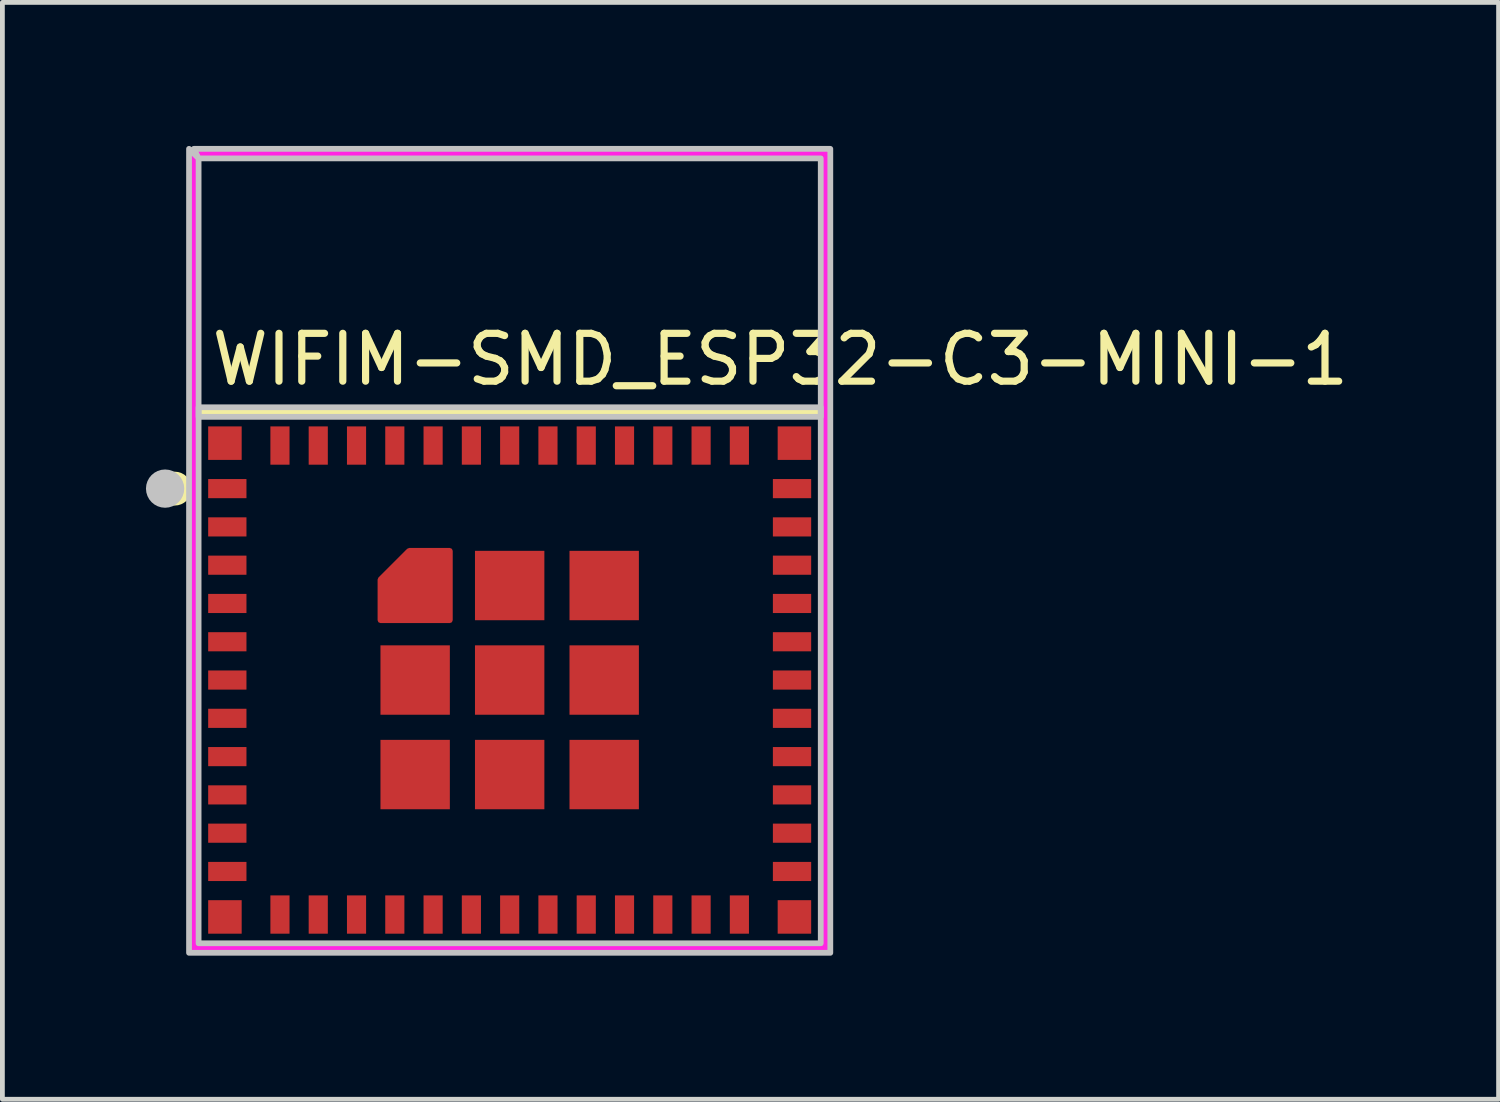
<source format=kicad_pcb>
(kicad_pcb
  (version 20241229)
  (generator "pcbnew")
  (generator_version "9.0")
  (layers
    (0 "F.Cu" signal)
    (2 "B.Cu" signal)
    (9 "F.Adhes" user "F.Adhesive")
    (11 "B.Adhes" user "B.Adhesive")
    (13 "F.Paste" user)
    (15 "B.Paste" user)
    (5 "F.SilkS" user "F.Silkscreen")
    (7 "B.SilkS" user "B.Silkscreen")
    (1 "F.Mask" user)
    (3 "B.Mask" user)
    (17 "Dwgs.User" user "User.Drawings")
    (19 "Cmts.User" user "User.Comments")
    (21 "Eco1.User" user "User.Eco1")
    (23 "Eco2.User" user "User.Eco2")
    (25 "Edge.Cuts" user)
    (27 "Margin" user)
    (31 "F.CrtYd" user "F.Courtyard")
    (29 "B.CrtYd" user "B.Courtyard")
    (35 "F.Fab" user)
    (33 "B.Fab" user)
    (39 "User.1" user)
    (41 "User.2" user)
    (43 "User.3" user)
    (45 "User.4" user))
  (footprint "WIFIM-SMD_ESP32-C3-MINI-1"
    (layer "F.Cu")
    (at 7.6 11.16)
    (property "Reference" "WIFIM-SMD_ESP32-C3-MINI-1" (at -6.3 -6.7 0) (layer "F.SilkS") (effects (font (size 1 1) (thickness 0.15)) (justify left)))
    (attr smd)
    (fp_line (start -6.6 -11) (end 6.6 -11) (stroke (width 0.254) (type solid)) (layer "F.SilkS"))
    (fp_line (start -6.6 5.6) (end -6.6 -11) (stroke (width 0.254) (type solid)) (layer "F.SilkS"))
    (fp_line (start -6.6 5.6) (end 6.6 5.6) (stroke (width 0.254) (type solid)) (layer "F.SilkS"))
    (fp_line (start 6.6 -5.6) (end -6.6 -5.6) (stroke (width 0.254) (type solid)) (layer "F.SilkS"))
    (fp_line (start 6.6 5.6) (end 6.6 -11) (stroke (width 0.254) (type solid)) (layer "F.SilkS"))
    (fp_circle (center -7 -4) (end -6.9 -4) (stroke (width 0.254) (type solid)) (fill no) (layer "F.SilkS"))
    (fp_circle (center -7.2 -4) (end -7 -4) (stroke (width 0.4) (type solid)) (fill no) (layer "Dwgs.User"))
    (fp_poly (pts (xy -6.5 -5.7) (xy -6.5 -5.5) (xy 6.5 -5.5) (xy 6.5 -5.7)) (stroke (width 0.12) (type solid)) (fill no) (layer "Dwgs.User"))
    (fp_poly (pts (xy -6.7 -11.1) (xy -6.7 5.7) (xy 6.7 5.7) (xy 6.7 -11.1) (xy -6.6 -11.1) (xy -6.5 -10.9) (xy 6.5 -10.9) (xy 6.5 5.5) (xy -6.5 5.5) (xy -6.5 -10.9)) (stroke (width 0.12) (type solid)) (fill no) (layer "Dwgs.User"))
    (fp_circle (center -6.6 -11) (end -6.57 -11) (stroke (width 0.06) (type solid)) (fill no) (layer "Eco2.User"))
    (fp_poly (pts (xy -6.3 -5.3) (xy -5.6 -5.3) (xy -5.6 -4.6) (xy -6.3 -4.6)) (stroke (width 0.12) (type solid)) (fill no) (layer "Eco2.User"))
    (fp_poly (pts (xy -6.3 -3.8) (xy -6.3 -4.2) (xy -5.5 -4.2) (xy -5.5 -3.8)) (stroke (width 0.12) (type solid)) (fill no) (layer "Eco2.User"))
    (fp_poly (pts (xy -6.3 -3) (xy -6.3 -3.4) (xy -5.5 -3.4) (xy -5.5 -3)) (stroke (width 0.12) (type solid)) (fill no) (layer "Eco2.User"))
    (fp_poly (pts (xy -6.3 -2.2) (xy -6.3 -2.6) (xy -5.5 -2.6) (xy -5.5 -2.2)) (stroke (width 0.12) (type solid)) (fill no) (layer "Eco2.User"))
    (fp_poly (pts (xy -6.3 -1.4) (xy -6.3 -1.8) (xy -5.5 -1.8) (xy -5.5 -1.4)) (stroke (width 0.12) (type solid)) (fill no) (layer "Eco2.User"))
    (fp_poly (pts (xy -6.3 -0.6) (xy -6.3 -1) (xy -5.5 -1) (xy -5.5 -0.6)) (stroke (width 0.12) (type solid)) (fill no) (layer "Eco2.User"))
    (fp_poly (pts (xy -6.3 0.2) (xy -6.3 -0.2) (xy -5.5 -0.2) (xy -5.5 0.2)) (stroke (width 0.12) (type solid)) (fill no) (layer "Eco2.User"))
    (fp_poly (pts (xy -6.3 1) (xy -6.3 0.6) (xy -5.5 0.6) (xy -5.5 1)) (stroke (width 0.12) (type solid)) (fill no) (layer "Eco2.User"))
    (fp_poly (pts (xy -6.3 1.8) (xy -6.3 1.4) (xy -5.5 1.4) (xy -5.5 1.8)) (stroke (width 0.12) (type solid)) (fill no) (layer "Eco2.User"))
    (fp_poly (pts (xy -6.3 2.6) (xy -6.3 2.2) (xy -5.5 2.2) (xy -5.5 2.6)) (stroke (width 0.12) (type solid)) (fill no) (layer "Eco2.User"))
    (fp_poly (pts (xy -6.3 3.4) (xy -6.3 3) (xy -5.5 3) (xy -5.5 3.4)) (stroke (width 0.12) (type solid)) (fill no) (layer "Eco2.User"))
    (fp_poly (pts (xy -6.3 4.2) (xy -6.3 3.8) (xy -5.5 3.8) (xy -5.5 4.2)) (stroke (width 0.12) (type solid)) (fill no) (layer "Eco2.User"))
    (fp_poly (pts (xy -6.3 4.6) (xy -5.6 4.6) (xy -5.6 5.3) (xy -6.3 5.3)) (stroke (width 0.12) (type solid)) (fill no) (layer "Eco2.User"))
    (fp_poly (pts (xy -5 -5.3) (xy -4.6 -5.3) (xy -4.6 -4.5) (xy -5 -4.5)) (stroke (width 0.12) (type solid)) (fill no) (layer "Eco2.User"))
    (fp_poly (pts (xy -4.6 5.3) (xy -5 5.3) (xy -5 4.5) (xy -4.6 4.5)) (stroke (width 0.12) (type solid)) (fill no) (layer "Eco2.User"))
    (fp_poly (pts (xy -4.2 -5.3) (xy -3.8 -5.3) (xy -3.8 -4.5) (xy -4.2 -4.5)) (stroke (width 0.12) (type solid)) (fill no) (layer "Eco2.User"))
    (fp_poly (pts (xy -3.8 5.3) (xy -4.2 5.3) (xy -4.2 4.5) (xy -3.8 4.5)) (stroke (width 0.12) (type solid)) (fill no) (layer "Eco2.User"))
    (fp_poly (pts (xy -3.4 -5.3) (xy -3 -5.3) (xy -3 -4.5) (xy -3.4 -4.5)) (stroke (width 0.12) (type solid)) (fill no) (layer "Eco2.User"))
    (fp_poly (pts (xy -3 5.3) (xy -3.4 5.3) (xy -3.4 4.5) (xy -3 4.5)) (stroke (width 0.12) (type solid)) (fill no) (layer "Eco2.User"))
    (fp_poly (pts (xy -2.7 -0.725) (xy -1.25 -0.725) (xy -1.25 0.725) (xy -2.7 0.725)) (stroke (width 0.12) (type solid)) (fill no) (layer "Eco2.User"))
    (fp_poly (pts (xy -2.7 1.25) (xy -1.25 1.25) (xy -1.25 2.7) (xy -2.7 2.7)) (stroke (width 0.12) (type solid)) (fill no) (layer "Eco2.User"))
    (fp_poly (pts (xy -2.6 -5.3) (xy -2.2 -5.3) (xy -2.2 -4.5) (xy -2.6 -4.5)) (stroke (width 0.12) (type solid)) (fill no) (layer "Eco2.User"))
    (fp_poly (pts (xy -2.2 5.3) (xy -2.6 5.3) (xy -2.6 4.5) (xy -2.2 4.5)) (stroke (width 0.12) (type solid)) (fill no) (layer "Eco2.User"))
    (fp_poly (pts (xy -1.8 -5.3) (xy -1.4 -5.3) (xy -1.4 -4.5) (xy -1.8 -4.5)) (stroke (width 0.12) (type solid)) (fill no) (layer "Eco2.User"))
    (fp_poly (pts (xy -1.4 5.3) (xy -1.8 5.3) (xy -1.8 4.5) (xy -1.4 4.5)) (stroke (width 0.12) (type solid)) (fill no) (layer "Eco2.User"))
    (fp_poly (pts (xy -1 -5.3) (xy -0.6 -5.3) (xy -0.6 -4.5) (xy -1 -4.5)) (stroke (width 0.12) (type solid)) (fill no) (layer "Eco2.User"))
    (fp_poly (pts (xy -0.725 -2.7) (xy 0.725 -2.7) (xy 0.725 -1.25) (xy -0.725 -1.25)) (stroke (width 0.12) (type solid)) (fill no) (layer "Eco2.User"))
    (fp_poly (pts (xy -0.725 -0.725) (xy 0.725 -0.725) (xy 0.725 0.725) (xy -0.725 0.725)) (stroke (width 0.12) (type solid)) (fill no) (layer "Eco2.User"))
    (fp_poly (pts (xy -0.725 1.25) (xy 0.725 1.25) (xy 0.725 2.7) (xy -0.725 2.7)) (stroke (width 0.12) (type solid)) (fill no) (layer "Eco2.User"))
    (fp_poly (pts (xy -0.6 5.3) (xy -1 5.3) (xy -1 4.5) (xy -0.6 4.5)) (stroke (width 0.12) (type solid)) (fill no) (layer "Eco2.User"))
    (fp_poly (pts (xy -0.2 -5.3) (xy 0.2 -5.3) (xy 0.2 -4.5) (xy -0.2 -4.5)) (stroke (width 0.12) (type solid)) (fill no) (layer "Eco2.User"))
    (fp_poly (pts (xy 0.2 5.3) (xy -0.2 5.3) (xy -0.2 4.5) (xy 0.2 4.5)) (stroke (width 0.12) (type solid)) (fill no) (layer "Eco2.User"))
    (fp_poly (pts (xy 0.6 -5.3) (xy 1 -5.3) (xy 1 -4.5) (xy 0.6 -4.5)) (stroke (width 0.12) (type solid)) (fill no) (layer "Eco2.User"))
    (fp_poly (pts (xy 1 5.3) (xy 0.6 5.3) (xy 0.6 4.5) (xy 1 4.5)) (stroke (width 0.12) (type solid)) (fill no) (layer "Eco2.User"))
    (fp_poly (pts (xy 1.25 -2.7) (xy 2.7 -2.7) (xy 2.7 -1.25) (xy 1.25 -1.25)) (stroke (width 0.12) (type solid)) (fill no) (layer "Eco2.User"))
    (fp_poly (pts (xy 1.25 -0.725) (xy 2.7 -0.725) (xy 2.7 0.725) (xy 1.25 0.725)) (stroke (width 0.12) (type solid)) (fill no) (layer "Eco2.User"))
    (fp_poly (pts (xy 1.25 1.25) (xy 2.7 1.25) (xy 2.7 2.7) (xy 1.25 2.7)) (stroke (width 0.12) (type solid)) (fill no) (layer "Eco2.User"))
    (fp_poly (pts (xy 1.4 -5.3) (xy 1.8 -5.3) (xy 1.8 -4.5) (xy 1.4 -4.5)) (stroke (width 0.12) (type solid)) (fill no) (layer "Eco2.User"))
    (fp_poly (pts (xy 1.8 5.3) (xy 1.4 5.3) (xy 1.4 4.5) (xy 1.8 4.5)) (stroke (width 0.12) (type solid)) (fill no) (layer "Eco2.User"))
    (fp_poly (pts (xy 2.2 -5.3) (xy 2.6 -5.3) (xy 2.6 -4.5) (xy 2.2 -4.5)) (stroke (width 0.12) (type solid)) (fill no) (layer "Eco2.User"))
    (fp_poly (pts (xy 2.6 5.3) (xy 2.2 5.3) (xy 2.2 4.5) (xy 2.6 4.5)) (stroke (width 0.12) (type solid)) (fill no) (layer "Eco2.User"))
    (fp_poly (pts (xy 3 -5.3) (xy 3.4 -5.3) (xy 3.4 -4.5) (xy 3 -4.5)) (stroke (width 0.12) (type solid)) (fill no) (layer "Eco2.User"))
    (fp_poly (pts (xy 3.4 5.3) (xy 3 5.3) (xy 3 4.5) (xy 3.4 4.5)) (stroke (width 0.12) (type solid)) (fill no) (layer "Eco2.User"))
    (fp_poly (pts (xy 3.8 -5.3) (xy 4.2 -5.3) (xy 4.2 -4.5) (xy 3.8 -4.5)) (stroke (width 0.12) (type solid)) (fill no) (layer "Eco2.User"))
    (fp_poly (pts (xy 4.2 5.3) (xy 3.8 5.3) (xy 3.8 4.5) (xy 4.2 4.5)) (stroke (width 0.12) (type solid)) (fill no) (layer "Eco2.User"))
    (fp_poly (pts (xy 4.6 -5.3) (xy 5 -5.3) (xy 5 -4.5) (xy 4.6 -4.5)) (stroke (width 0.12) (type solid)) (fill no) (layer "Eco2.User"))
    (fp_poly (pts (xy 5 5.3) (xy 4.6 5.3) (xy 4.6 4.5) (xy 5 4.5)) (stroke (width 0.12) (type solid)) (fill no) (layer "Eco2.User"))
    (fp_poly (pts (xy 5.6 -5.3) (xy 6.3 -5.3) (xy 6.3 -4.6) (xy 5.6 -4.6)) (stroke (width 0.12) (type solid)) (fill no) (layer "Eco2.User"))
    (fp_poly (pts (xy 5.6 4.6) (xy 6.3 4.6) (xy 6.3 5.3) (xy 5.6 5.3)) (stroke (width 0.12) (type solid)) (fill no) (layer "Eco2.User"))
    (fp_poly (pts (xy 6.3 -4.2) (xy 6.3 -3.8) (xy 5.5 -3.8) (xy 5.5 -4.2)) (stroke (width 0.12) (type solid)) (fill no) (layer "Eco2.User"))
    (fp_poly (pts (xy 6.3 -3.4) (xy 6.3 -3) (xy 5.5 -3) (xy 5.5 -3.4)) (stroke (width 0.12) (type solid)) (fill no) (layer "Eco2.User"))
    (fp_poly (pts (xy 6.3 -2.6) (xy 6.3 -2.2) (xy 5.5 -2.2) (xy 5.5 -2.6)) (stroke (width 0.12) (type solid)) (fill no) (layer "Eco2.User"))
    (fp_poly (pts (xy 6.3 -1.8) (xy 6.3 -1.4) (xy 5.5 -1.4) (xy 5.5 -1.8)) (stroke (width 0.12) (type solid)) (fill no) (layer "Eco2.User"))
    (fp_poly (pts (xy 6.3 -1) (xy 6.3 -0.6) (xy 5.5 -0.6) (xy 5.5 -1)) (stroke (width 0.12) (type solid)) (fill no) (layer "Eco2.User"))
    (fp_poly (pts (xy 6.3 -0.2) (xy 6.3 0.2) (xy 5.5 0.2) (xy 5.5 -0.2)) (stroke (width 0.12) (type solid)) (fill no) (layer "Eco2.User"))
    (fp_poly (pts (xy 6.3 0.6) (xy 6.3 1) (xy 5.5 1) (xy 5.5 0.6)) (stroke (width 0.12) (type solid)) (fill no) (layer "Eco2.User"))
    (fp_poly (pts (xy 6.3 1.4) (xy 6.3 1.8) (xy 5.5 1.8) (xy 5.5 1.4)) (stroke (width 0.12) (type solid)) (fill no) (layer "Eco2.User"))
    (fp_poly (pts (xy 6.3 2.2) (xy 6.3 2.6) (xy 5.5 2.6) (xy 5.5 2.2)) (stroke (width 0.12) (type solid)) (fill no) (layer "Eco2.User"))
    (fp_poly (pts (xy 6.3 3) (xy 6.3 3.4) (xy 5.5 3.4) (xy 5.5 3)) (stroke (width 0.12) (type solid)) (fill no) (layer "Eco2.User"))
    (fp_poly (pts (xy 6.3 3.8) (xy 6.3 4.2) (xy 5.5 4.2) (xy 5.5 3.8)) (stroke (width 0.12) (type solid)) (fill no) (layer "Eco2.User"))
    (fp_poly (pts (xy -2.7 -2.1) (xy -2.1 -2.7) (xy -1.25 -2.7) (xy -1.25 -1.25) (xy -2.7 -1.25)) (stroke (width 0.12) (type solid)) (fill no) (layer "Eco2.User"))
    (fp_line (start -6.6 -11) (end 6.6 -11) (stroke (width 0.12) (type solid)) (layer "F.CrtYd"))
    (fp_line (start -6.6 5.6) (end -6.6 -11) (stroke (width 0.12) (type solid)) (layer "F.CrtYd"))
    (fp_line (start 6.6 -11) (end 6.6 5.6) (stroke (width 0.12) (type solid)) (layer "F.CrtYd"))
    (fp_line (start 6.6 5.6) (end -6.6 5.6) (stroke (width 0.12) (type solid)) (layer "F.CrtYd"))
    (pad "1" smd rect (at -5.9 -4 90) (size 0.4 0.8) (layers "F.Cu" "F.Mask" "F.Paste"))
    (pad "2" smd rect (at -5.9 -3.2 90) (size 0.4 0.8) (layers "F.Cu" "F.Mask" "F.Paste"))
    (pad "3" smd rect (at -5.9 -2.4 90) (size 0.4 0.8) (layers "F.Cu" "F.Mask" "F.Paste"))
    (pad "4" smd rect (at -5.9 -1.6 90) (size 0.4 0.8) (layers "F.Cu" "F.Mask" "F.Paste"))
    (pad "5" smd rect (at -5.9 -0.8 90) (size 0.4 0.8) (layers "F.Cu" "F.Mask" "F.Paste"))
    (pad "6" smd rect (at -5.9 0 90) (size 0.4 0.8) (layers "F.Cu" "F.Mask" "F.Paste"))
    (pad "7" smd rect (at -5.9 0.8 90) (size 0.4 0.8) (layers "F.Cu" "F.Mask" "F.Paste"))
    (pad "8" smd rect (at -5.9 1.6 90) (size 0.4 0.8) (layers "F.Cu" "F.Mask" "F.Paste"))
    (pad "9" smd rect (at -5.9 2.4 90) (size 0.4 0.8) (layers "F.Cu" "F.Mask" "F.Paste"))
    (pad "10" smd rect (at -5.9 3.2 90) (size 0.4 0.8) (layers "F.Cu" "F.Mask" "F.Paste"))
    (pad "11" smd rect (at -5.9 4 90) (size 0.4 0.8) (layers "F.Cu" "F.Mask" "F.Paste"))
    (pad "12" smd rect (at -4.8 4.9 180) (size 0.4 0.8) (layers "F.Cu" "F.Mask" "F.Paste"))
    (pad "13" smd rect (at -4 4.9 180) (size 0.4 0.8) (layers "F.Cu" "F.Mask" "F.Paste"))
    (pad "14" smd rect (at -3.2 4.9 180) (size 0.4 0.8) (layers "F.Cu" "F.Mask" "F.Paste"))
    (pad "15" smd rect (at -2.4 4.9 180) (size 0.4 0.8) (layers "F.Cu" "F.Mask" "F.Paste"))
    (pad "16" smd rect (at -1.6 4.9 180) (size 0.4 0.8) (layers "F.Cu" "F.Mask" "F.Paste"))
    (pad "17" smd rect (at -0.8 4.9 180) (size 0.4 0.8) (layers "F.Cu" "F.Mask" "F.Paste"))
    (pad "18" smd rect (at 0 4.9 180) (size 0.4 0.8) (layers "F.Cu" "F.Mask" "F.Paste"))
    (pad "19" smd rect (at 0.8 4.9 180) (size 0.4 0.8) (layers "F.Cu" "F.Mask" "F.Paste"))
    (pad "20" smd rect (at 1.6 4.9 180) (size 0.4 0.8) (layers "F.Cu" "F.Mask" "F.Paste"))
    (pad "21" smd rect (at 2.4 4.9 180) (size 0.4 0.8) (layers "F.Cu" "F.Mask" "F.Paste"))
    (pad "22" smd rect (at 3.2 4.9 180) (size 0.4 0.8) (layers "F.Cu" "F.Mask" "F.Paste"))
    (pad "23" smd rect (at 4 4.9 180) (size 0.4 0.8) (layers "F.Cu" "F.Mask" "F.Paste"))
    (pad "24" smd rect (at 4.8 4.9 180) (size 0.4 0.8) (layers "F.Cu" "F.Mask" "F.Paste"))
    (pad "25" smd rect (at 5.9 4 270) (size 0.4 0.8) (layers "F.Cu" "F.Mask" "F.Paste"))
    (pad "26" smd rect (at 5.9 3.2 270) (size 0.4 0.8) (layers "F.Cu" "F.Mask" "F.Paste"))
    (pad "27" smd rect (at 5.9 2.4 270) (size 0.4 0.8) (layers "F.Cu" "F.Mask" "F.Paste"))
    (pad "28" smd rect (at 5.9 1.6 270) (size 0.4 0.8) (layers "F.Cu" "F.Mask" "F.Paste"))
    (pad "29" smd rect (at 5.9 0.8 270) (size 0.4 0.8) (layers "F.Cu" "F.Mask" "F.Paste"))
    (pad "30" smd rect (at 5.9 0 270) (size 0.4 0.8) (layers "F.Cu" "F.Mask" "F.Paste"))
    (pad "31" smd rect (at 5.9 -0.8 270) (size 0.4 0.8) (layers "F.Cu" "F.Mask" "F.Paste"))
    (pad "32" smd rect (at 5.9 -1.6 270) (size 0.4 0.8) (layers "F.Cu" "F.Mask" "F.Paste"))
    (pad "33" smd rect (at 5.9 -2.4 270) (size 0.4 0.8) (layers "F.Cu" "F.Mask" "F.Paste"))
    (pad "34" smd rect (at 5.9 -3.2 270) (size 0.4 0.8) (layers "F.Cu" "F.Mask" "F.Paste"))
    (pad "35" smd rect (at 5.9 -4 270) (size 0.4 0.8) (layers "F.Cu" "F.Mask" "F.Paste"))
    (pad "36" smd rect (at 4.8 -4.9) (size 0.4 0.8) (layers "F.Cu" "F.Mask" "F.Paste"))
    (pad "37" smd rect (at 4 -4.9) (size 0.4 0.8) (layers "F.Cu" "F.Mask" "F.Paste"))
    (pad "38" smd rect (at 3.2 -4.9) (size 0.4 0.8) (layers "F.Cu" "F.Mask" "F.Paste"))
    (pad "39" smd rect (at 2.4 -4.9) (size 0.4 0.8) (layers "F.Cu" "F.Mask" "F.Paste"))
    (pad "40" smd rect (at 1.6 -4.9) (size 0.4 0.8) (layers "F.Cu" "F.Mask" "F.Paste"))
    (pad "41" smd rect (at 0.8 -4.9) (size 0.4 0.8) (layers "F.Cu" "F.Mask" "F.Paste"))
    (pad "42" smd rect (at 0 -4.9) (size 0.4 0.8) (layers "F.Cu" "F.Mask" "F.Paste"))
    (pad "43" smd rect (at -0.8 -4.9) (size 0.4 0.8) (layers "F.Cu" "F.Mask" "F.Paste"))
    (pad "44" smd rect (at -1.6 -4.9) (size 0.4 0.8) (layers "F.Cu" "F.Mask" "F.Paste"))
    (pad "45" smd rect (at -2.4 -4.9) (size 0.4 0.8) (layers "F.Cu" "F.Mask" "F.Paste"))
    (pad "46" smd rect (at -3.2 -4.9) (size 0.4 0.8) (layers "F.Cu" "F.Mask" "F.Paste"))
    (pad "47" smd rect (at -4 -4.9) (size 0.4 0.8) (layers "F.Cu" "F.Mask" "F.Paste"))
    (pad "48" smd rect (at -4.8 -4.9) (size 0.4 0.8) (layers "F.Cu" "F.Mask" "F.Paste"))
    (pad "49" smd custom (at -1.975 -1.975) (size 0.102 0.102) (layers "F.Cu" "F.Mask" "F.Paste") (options (anchor circle)) (primitives (gr_poly (pts (xy -0.725 -0.125) (xy -0.125 -0.725) (xy 0.725 -0.725) (xy 0.725 0.725) (xy -0.725 0.725)) (width 0.12) (fill yes))))
    (pad "49" smd rect (at -1.975 0) (size 1.45 1.45) (layers "F.Cu" "F.Mask" "F.Paste"))
    (pad "49" smd rect (at -1.975 1.975) (size 1.45 1.45) (layers "F.Cu" "F.Mask" "F.Paste"))
    (pad "49" smd rect (at 0 -1.975) (size 1.45 1.45) (layers "F.Cu" "F.Mask" "F.Paste"))
    (pad "49" smd rect (at 0 0) (size 1.45 1.45) (layers "F.Cu" "F.Mask" "F.Paste"))
    (pad "49" smd rect (at 0 1.975) (size 1.45 1.45) (layers "F.Cu" "F.Mask" "F.Paste"))
    (pad "49" smd rect (at 1.975 -1.975) (size 1.45 1.45) (layers "F.Cu" "F.Mask" "F.Paste"))
    (pad "49" smd rect (at 1.975 0) (size 1.45 1.45) (layers "F.Cu" "F.Mask" "F.Paste"))
    (pad "49" smd rect (at 1.975 1.975) (size 1.45 1.45) (layers "F.Cu" "F.Mask" "F.Paste"))
    (pad "50" smd rect (at 5.95 -4.95) (size 0.7 0.7) (layers "F.Cu" "F.Mask" "F.Paste"))
    (pad "51" smd rect (at 5.95 4.95) (size 0.7 0.7) (layers "F.Cu" "F.Mask" "F.Paste"))
    (pad "52" smd rect (at -5.95 4.95) (size 0.7 0.7) (layers "F.Cu" "F.Mask" "F.Paste"))
    (pad "53" smd rect (at -5.95 -4.95) (size 0.7 0.7) (layers "F.Cu" "F.Mask" "F.Paste")))
  (gr_rect
    (start -3 -3)
    (end 28.264 19.92)
    (stroke (width 0.1) (type default))
    (fill no)
    (layer "Edge.Cuts")))
</source>
